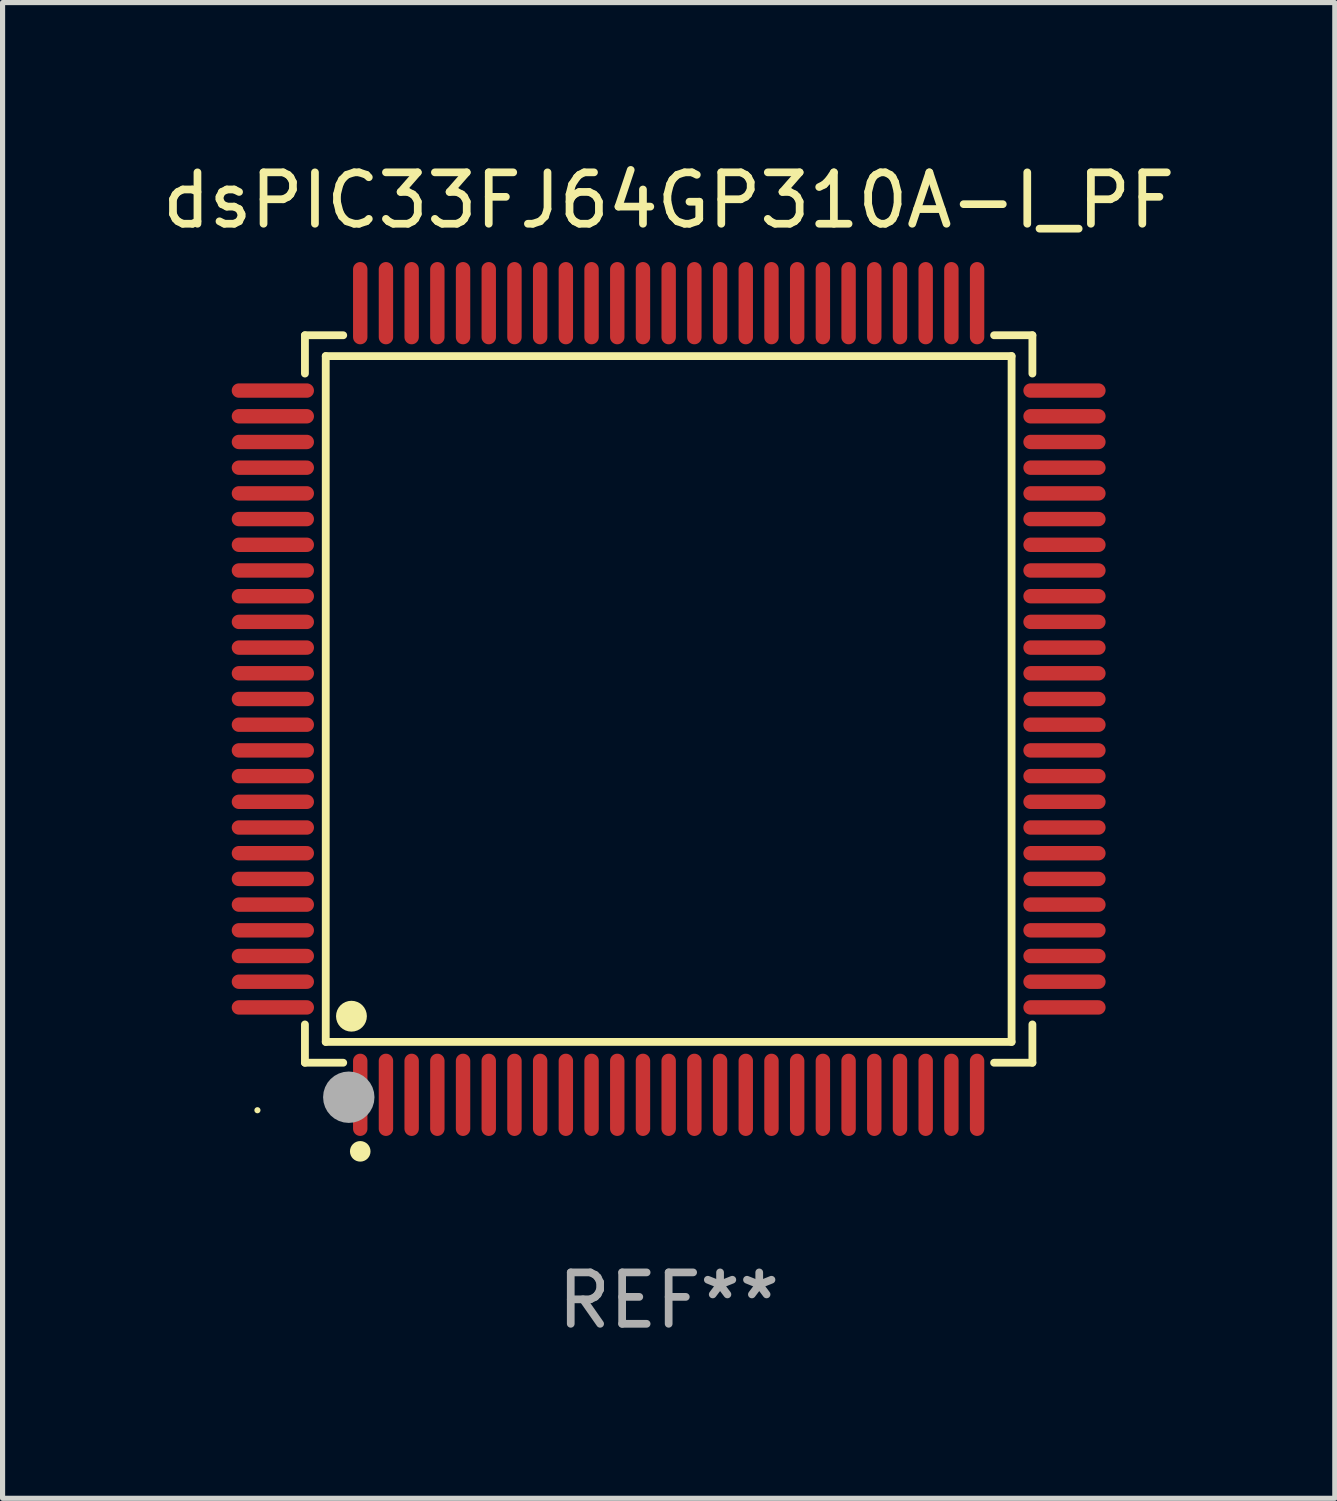
<source format=kicad_pcb>
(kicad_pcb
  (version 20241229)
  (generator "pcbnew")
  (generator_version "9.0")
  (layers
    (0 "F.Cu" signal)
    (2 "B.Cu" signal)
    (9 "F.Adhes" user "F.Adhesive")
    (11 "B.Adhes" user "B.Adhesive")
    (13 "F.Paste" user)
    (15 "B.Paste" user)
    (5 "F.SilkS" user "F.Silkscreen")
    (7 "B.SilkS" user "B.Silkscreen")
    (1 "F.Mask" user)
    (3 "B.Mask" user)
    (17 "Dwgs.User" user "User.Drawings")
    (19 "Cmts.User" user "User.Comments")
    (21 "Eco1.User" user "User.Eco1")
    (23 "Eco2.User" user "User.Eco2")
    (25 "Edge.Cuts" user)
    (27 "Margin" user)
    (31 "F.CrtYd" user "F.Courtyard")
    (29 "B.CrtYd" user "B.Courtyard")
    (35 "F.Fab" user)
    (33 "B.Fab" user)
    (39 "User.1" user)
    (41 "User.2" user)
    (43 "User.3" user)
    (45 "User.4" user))
  (footprint "dsPIC33FJ64GP310A-I_PF"
    (layer "F.Cu")
    (at 9.958 10.548)
    (property "Reference" "dsPIC33FJ64GP310A-I_PF" (at 0 -9.7 0) (layer "F.SilkS") (effects (font (size 1 1) (thickness 0.15))))
    (attr through_hole)
    (fp_line (start -7.076 -7.076) (end -6.331 -7.076) (stroke (width 0.152) (type solid)) (layer "F.SilkS"))
    (fp_line (start -7.076 -6.331) (end -7.076 -7.076) (stroke (width 0.152) (type solid)) (layer "F.SilkS"))
    (fp_line (start -7.076 6.331) (end -7.076 7.076) (stroke (width 0.152) (type solid)) (layer "F.SilkS"))
    (fp_line (start -7.076 7.076) (end -6.331 7.076) (stroke (width 0.152) (type solid)) (layer "F.SilkS"))
    (fp_line (start -6.671 -6.671) (end 6.671 -6.671) (stroke (width 0.152) (type solid)) (layer "F.SilkS"))
    (fp_line (start -6.671 6.671) (end -6.671 -6.671) (stroke (width 0.152) (type solid)) (layer "F.SilkS"))
    (fp_line (start 6.671 -6.671) (end 6.671 6.671) (stroke (width 0.152) (type solid)) (layer "F.SilkS"))
    (fp_line (start 6.671 6.671) (end -6.671 6.671) (stroke (width 0.152) (type solid)) (layer "F.SilkS"))
    (fp_line (start 7.076 -7.076) (end 6.331 -7.076) (stroke (width 0.152) (type solid)) (layer "F.SilkS"))
    (fp_line (start 7.076 -6.331) (end 7.076 -7.076) (stroke (width 0.152) (type solid)) (layer "F.SilkS"))
    (fp_line (start 7.076 6.331) (end 7.076 7.076) (stroke (width 0.152) (type solid)) (layer "F.SilkS"))
    (fp_line (start 7.076 7.076) (end 6.331 7.076) (stroke (width 0.152) (type solid)) (layer "F.SilkS"))
    (fp_circle (center -8 8) (end -7.97 8) (stroke (width 0.06) (type solid)) (fill no) (layer "F.SilkS"))
    (fp_circle (center -6.171 6.171) (end -6.021 6.171) (stroke (width 0.3) (type solid)) (fill no) (layer "F.SilkS"))
    (fp_circle (center -6 8.8) (end -5.9 8.8) (stroke (width 0.2) (type solid)) (fill no) (layer "F.SilkS"))
    (fp_circle (center -6.223 7.747) (end -5.973 7.747) (stroke (width 0.5) (type solid)) (fill no) (layer "F.Fab"))
    (fp_text user "REF**" (at 0 11.7 0) (layer "F.Fab") (effects (font (size 1 1) (thickness 0.15))))
    (pad "1" smd oval (at -6 7.7) (size 0.28 1.6) (layers "F.Cu" "F.Mask" "F.Paste"))
    (pad "2" smd oval (at -5.5 7.7) (size 0.28 1.6) (layers "F.Cu" "F.Mask" "F.Paste"))
    (pad "3" smd oval (at -5 7.7) (size 0.28 1.6) (layers "F.Cu" "F.Mask" "F.Paste"))
    (pad "4" smd oval (at -4.5 7.7) (size 0.28 1.6) (layers "F.Cu" "F.Mask" "F.Paste"))
    (pad "5" smd oval (at -4 7.7) (size 0.28 1.6) (layers "F.Cu" "F.Mask" "F.Paste"))
    (pad "6" smd oval (at -3.5 7.7) (size 0.28 1.6) (layers "F.Cu" "F.Mask" "F.Paste"))
    (pad "7" smd oval (at -3 7.7) (size 0.28 1.6) (layers "F.Cu" "F.Mask" "F.Paste"))
    (pad "8" smd oval (at -2.5 7.7) (size 0.28 1.6) (layers "F.Cu" "F.Mask" "F.Paste"))
    (pad "9" smd oval (at -2 7.7) (size 0.28 1.6) (layers "F.Cu" "F.Mask" "F.Paste"))
    (pad "10" smd oval (at -1.5 7.7) (size 0.28 1.6) (layers "F.Cu" "F.Mask" "F.Paste"))
    (pad "11" smd oval (at -1 7.7) (size 0.28 1.6) (layers "F.Cu" "F.Mask" "F.Paste"))
    (pad "12" smd oval (at -0.5 7.7) (size 0.28 1.6) (layers "F.Cu" "F.Mask" "F.Paste"))
    (pad "13" smd oval (at 0 7.7) (size 0.28 1.6) (layers "F.Cu" "F.Mask" "F.Paste"))
    (pad "14" smd oval (at 0.5 7.7) (size 0.28 1.6) (layers "F.Cu" "F.Mask" "F.Paste"))
    (pad "15" smd oval (at 1 7.7) (size 0.28 1.6) (layers "F.Cu" "F.Mask" "F.Paste"))
    (pad "16" smd oval (at 1.5 7.7) (size 0.28 1.6) (layers "F.Cu" "F.Mask" "F.Paste"))
    (pad "17" smd oval (at 2 7.7) (size 0.28 1.6) (layers "F.Cu" "F.Mask" "F.Paste"))
    (pad "18" smd oval (at 2.5 7.7) (size 0.28 1.6) (layers "F.Cu" "F.Mask" "F.Paste"))
    (pad "19" smd oval (at 3 7.7) (size 0.28 1.6) (layers "F.Cu" "F.Mask" "F.Paste"))
    (pad "20" smd oval (at 3.5 7.7) (size 0.28 1.6) (layers "F.Cu" "F.Mask" "F.Paste"))
    (pad "21" smd oval (at 4 7.7) (size 0.28 1.6) (layers "F.Cu" "F.Mask" "F.Paste"))
    (pad "22" smd oval (at 4.5 7.7) (size 0.28 1.6) (layers "F.Cu" "F.Mask" "F.Paste"))
    (pad "23" smd oval (at 5 7.7) (size 0.28 1.6) (layers "F.Cu" "F.Mask" "F.Paste"))
    (pad "24" smd oval (at 5.5 7.7) (size 0.28 1.6) (layers "F.Cu" "F.Mask" "F.Paste"))
    (pad "25" smd oval (at 6 7.7) (size 0.28 1.6) (layers "F.Cu" "F.Mask" "F.Paste"))
    (pad "26" smd oval (at 7.7 6) (size 1.6 0.28) (layers "F.Cu" "F.Mask" "F.Paste"))
    (pad "27" smd oval (at 7.7 5.5) (size 1.6 0.28) (layers "F.Cu" "F.Mask" "F.Paste"))
    (pad "28" smd oval (at 7.7 5) (size 1.6 0.28) (layers "F.Cu" "F.Mask" "F.Paste"))
    (pad "29" smd oval (at 7.7 4.5) (size 1.6 0.28) (layers "F.Cu" "F.Mask" "F.Paste"))
    (pad "30" smd oval (at 7.7 4) (size 1.6 0.28) (layers "F.Cu" "F.Mask" "F.Paste"))
    (pad "31" smd oval (at 7.7 3.5) (size 1.6 0.28) (layers "F.Cu" "F.Mask" "F.Paste"))
    (pad "32" smd oval (at 7.7 3) (size 1.6 0.28) (layers "F.Cu" "F.Mask" "F.Paste"))
    (pad "33" smd oval (at 7.7 2.5) (size 1.6 0.28) (layers "F.Cu" "F.Mask" "F.Paste"))
    (pad "34" smd oval (at 7.7 2) (size 1.6 0.28) (layers "F.Cu" "F.Mask" "F.Paste"))
    (pad "35" smd oval (at 7.7 1.5) (size 1.6 0.28) (layers "F.Cu" "F.Mask" "F.Paste"))
    (pad "36" smd oval (at 7.7 1) (size 1.6 0.28) (layers "F.Cu" "F.Mask" "F.Paste"))
    (pad "37" smd oval (at 7.7 0.5) (size 1.6 0.28) (layers "F.Cu" "F.Mask" "F.Paste"))
    (pad "38" smd oval (at 7.7 0) (size 1.6 0.28) (layers "F.Cu" "F.Mask" "F.Paste"))
    (pad "39" smd oval (at 7.7 -0.5) (size 1.6 0.28) (layers "F.Cu" "F.Mask" "F.Paste"))
    (pad "40" smd oval (at 7.7 -1) (size 1.6 0.28) (layers "F.Cu" "F.Mask" "F.Paste"))
    (pad "41" smd oval (at 7.7 -1.5) (size 1.6 0.28) (layers "F.Cu" "F.Mask" "F.Paste"))
    (pad "42" smd oval (at 7.7 -2) (size 1.6 0.28) (layers "F.Cu" "F.Mask" "F.Paste"))
    (pad "43" smd oval (at 7.7 -2.5) (size 1.6 0.28) (layers "F.Cu" "F.Mask" "F.Paste"))
    (pad "44" smd oval (at 7.7 -3) (size 1.6 0.28) (layers "F.Cu" "F.Mask" "F.Paste"))
    (pad "45" smd oval (at 7.7 -3.5) (size 1.6 0.28) (layers "F.Cu" "F.Mask" "F.Paste"))
    (pad "46" smd oval (at 7.7 -4) (size 1.6 0.28) (layers "F.Cu" "F.Mask" "F.Paste"))
    (pad "47" smd oval (at 7.7 -4.5) (size 1.6 0.28) (layers "F.Cu" "F.Mask" "F.Paste"))
    (pad "48" smd oval (at 7.7 -5) (size 1.6 0.28) (layers "F.Cu" "F.Mask" "F.Paste"))
    (pad "49" smd oval (at 7.7 -5.5) (size 1.6 0.28) (layers "F.Cu" "F.Mask" "F.Paste"))
    (pad "50" smd oval (at 7.7 -6) (size 1.6 0.28) (layers "F.Cu" "F.Mask" "F.Paste"))
    (pad "51" smd oval (at 6 -7.7) (size 0.28 1.6) (layers "F.Cu" "F.Mask" "F.Paste"))
    (pad "52" smd oval (at 5.5 -7.7) (size 0.28 1.6) (layers "F.Cu" "F.Mask" "F.Paste"))
    (pad "53" smd oval (at 5 -7.7) (size 0.28 1.6) (layers "F.Cu" "F.Mask" "F.Paste"))
    (pad "54" smd oval (at 4.5 -7.7) (size 0.28 1.6) (layers "F.Cu" "F.Mask" "F.Paste"))
    (pad "55" smd oval (at 4 -7.7) (size 0.28 1.6) (layers "F.Cu" "F.Mask" "F.Paste"))
    (pad "56" smd oval (at 3.5 -7.7) (size 0.28 1.6) (layers "F.Cu" "F.Mask" "F.Paste"))
    (pad "57" smd oval (at 3 -7.7) (size 0.28 1.6) (layers "F.Cu" "F.Mask" "F.Paste"))
    (pad "58" smd oval (at 2.5 -7.7) (size 0.28 1.6) (layers "F.Cu" "F.Mask" "F.Paste"))
    (pad "59" smd oval (at 2 -7.7) (size 0.28 1.6) (layers "F.Cu" "F.Mask" "F.Paste"))
    (pad "60" smd oval (at 1.5 -7.7) (size 0.28 1.6) (layers "F.Cu" "F.Mask" "F.Paste"))
    (pad "61" smd oval (at 1 -7.7) (size 0.28 1.6) (layers "F.Cu" "F.Mask" "F.Paste"))
    (pad "62" smd oval (at 0.5 -7.7) (size 0.28 1.6) (layers "F.Cu" "F.Mask" "F.Paste"))
    (pad "63" smd oval (at 0 -7.7) (size 0.28 1.6) (layers "F.Cu" "F.Mask" "F.Paste"))
    (pad "64" smd oval (at -0.5 -7.7) (size 0.28 1.6) (layers "F.Cu" "F.Mask" "F.Paste"))
    (pad "65" smd oval (at -1 -7.7) (size 0.28 1.6) (layers "F.Cu" "F.Mask" "F.Paste"))
    (pad "66" smd oval (at -1.5 -7.7) (size 0.28 1.6) (layers "F.Cu" "F.Mask" "F.Paste"))
    (pad "67" smd oval (at -2 -7.7) (size 0.28 1.6) (layers "F.Cu" "F.Mask" "F.Paste"))
    (pad "68" smd oval (at -2.5 -7.7) (size 0.28 1.6) (layers "F.Cu" "F.Mask" "F.Paste"))
    (pad "69" smd oval (at -3 -7.7) (size 0.28 1.6) (layers "F.Cu" "F.Mask" "F.Paste"))
    (pad "70" smd oval (at -3.5 -7.7) (size 0.28 1.6) (layers "F.Cu" "F.Mask" "F.Paste"))
    (pad "71" smd oval (at -4 -7.7) (size 0.28 1.6) (layers "F.Cu" "F.Mask" "F.Paste"))
    (pad "72" smd oval (at -4.5 -7.7) (size 0.28 1.6) (layers "F.Cu" "F.Mask" "F.Paste"))
    (pad "73" smd oval (at -5 -7.7) (size 0.28 1.6) (layers "F.Cu" "F.Mask" "F.Paste"))
    (pad "74" smd oval (at -5.5 -7.7) (size 0.28 1.6) (layers "F.Cu" "F.Mask" "F.Paste"))
    (pad "75" smd oval (at -6 -7.7) (size 0.28 1.6) (layers "F.Cu" "F.Mask" "F.Paste"))
    (pad "76" smd oval (at -7.7 -6) (size 1.6 0.28) (layers "F.Cu" "F.Mask" "F.Paste"))
    (pad "77" smd oval (at -7.7 -5.5) (size 1.6 0.28) (layers "F.Cu" "F.Mask" "F.Paste"))
    (pad "78" smd oval (at -7.7 -5) (size 1.6 0.28) (layers "F.Cu" "F.Mask" "F.Paste"))
    (pad "79" smd oval (at -7.7 -4.5) (size 1.6 0.28) (layers "F.Cu" "F.Mask" "F.Paste"))
    (pad "80" smd oval (at -7.7 -4) (size 1.6 0.28) (layers "F.Cu" "F.Mask" "F.Paste"))
    (pad "81" smd oval (at -7.7 -3.5) (size 1.6 0.28) (layers "F.Cu" "F.Mask" "F.Paste"))
    (pad "82" smd oval (at -7.7 -3) (size 1.6 0.28) (layers "F.Cu" "F.Mask" "F.Paste"))
    (pad "83" smd oval (at -7.7 -2.5) (size 1.6 0.28) (layers "F.Cu" "F.Mask" "F.Paste"))
    (pad "84" smd oval (at -7.7 -2) (size 1.6 0.28) (layers "F.Cu" "F.Mask" "F.Paste"))
    (pad "85" smd oval (at -7.7 -1.5) (size 1.6 0.28) (layers "F.Cu" "F.Mask" "F.Paste"))
    (pad "86" smd oval (at -7.7 -1) (size 1.6 0.28) (layers "F.Cu" "F.Mask" "F.Paste"))
    (pad "87" smd oval (at -7.7 -0.5) (size 1.6 0.28) (layers "F.Cu" "F.Mask" "F.Paste"))
    (pad "88" smd oval (at -7.7 0) (size 1.6 0.28) (layers "F.Cu" "F.Mask" "F.Paste"))
    (pad "89" smd oval (at -7.7 0.5) (size 1.6 0.28) (layers "F.Cu" "F.Mask" "F.Paste"))
    (pad "90" smd oval (at -7.7 1) (size 1.6 0.28) (layers "F.Cu" "F.Mask" "F.Paste"))
    (pad "91" smd oval (at -7.7 1.5) (size 1.6 0.28) (layers "F.Cu" "F.Mask" "F.Paste"))
    (pad "92" smd oval (at -7.7 2) (size 1.6 0.28) (layers "F.Cu" "F.Mask" "F.Paste"))
    (pad "93" smd oval (at -7.7 2.5) (size 1.6 0.28) (layers "F.Cu" "F.Mask" "F.Paste"))
    (pad "94" smd oval (at -7.7 3) (size 1.6 0.28) (layers "F.Cu" "F.Mask" "F.Paste"))
    (pad "95" smd oval (at -7.7 3.5) (size 1.6 0.28) (layers "F.Cu" "F.Mask" "F.Paste"))
    (pad "96" smd oval (at -7.7 4) (size 1.6 0.28) (layers "F.Cu" "F.Mask" "F.Paste"))
    (pad "97" smd oval (at -7.7 4.5) (size 1.6 0.28) (layers "F.Cu" "F.Mask" "F.Paste"))
    (pad "98" smd oval (at -7.7 5) (size 1.6 0.28) (layers "F.Cu" "F.Mask" "F.Paste"))
    (pad "99" smd oval (at -7.7 5.5) (size 1.6 0.28) (layers "F.Cu" "F.Mask" "F.Paste"))
    (pad "100" smd oval (at -7.7 6) (size 1.6 0.28) (layers "F.Cu" "F.Mask" "F.Paste")))
  (gr_rect
    (start -3 -3)
    (end 22.917 26.097)
    (stroke (width 0.1) (type default))
    (fill no)
    (layer "Edge.Cuts")))
</source>
